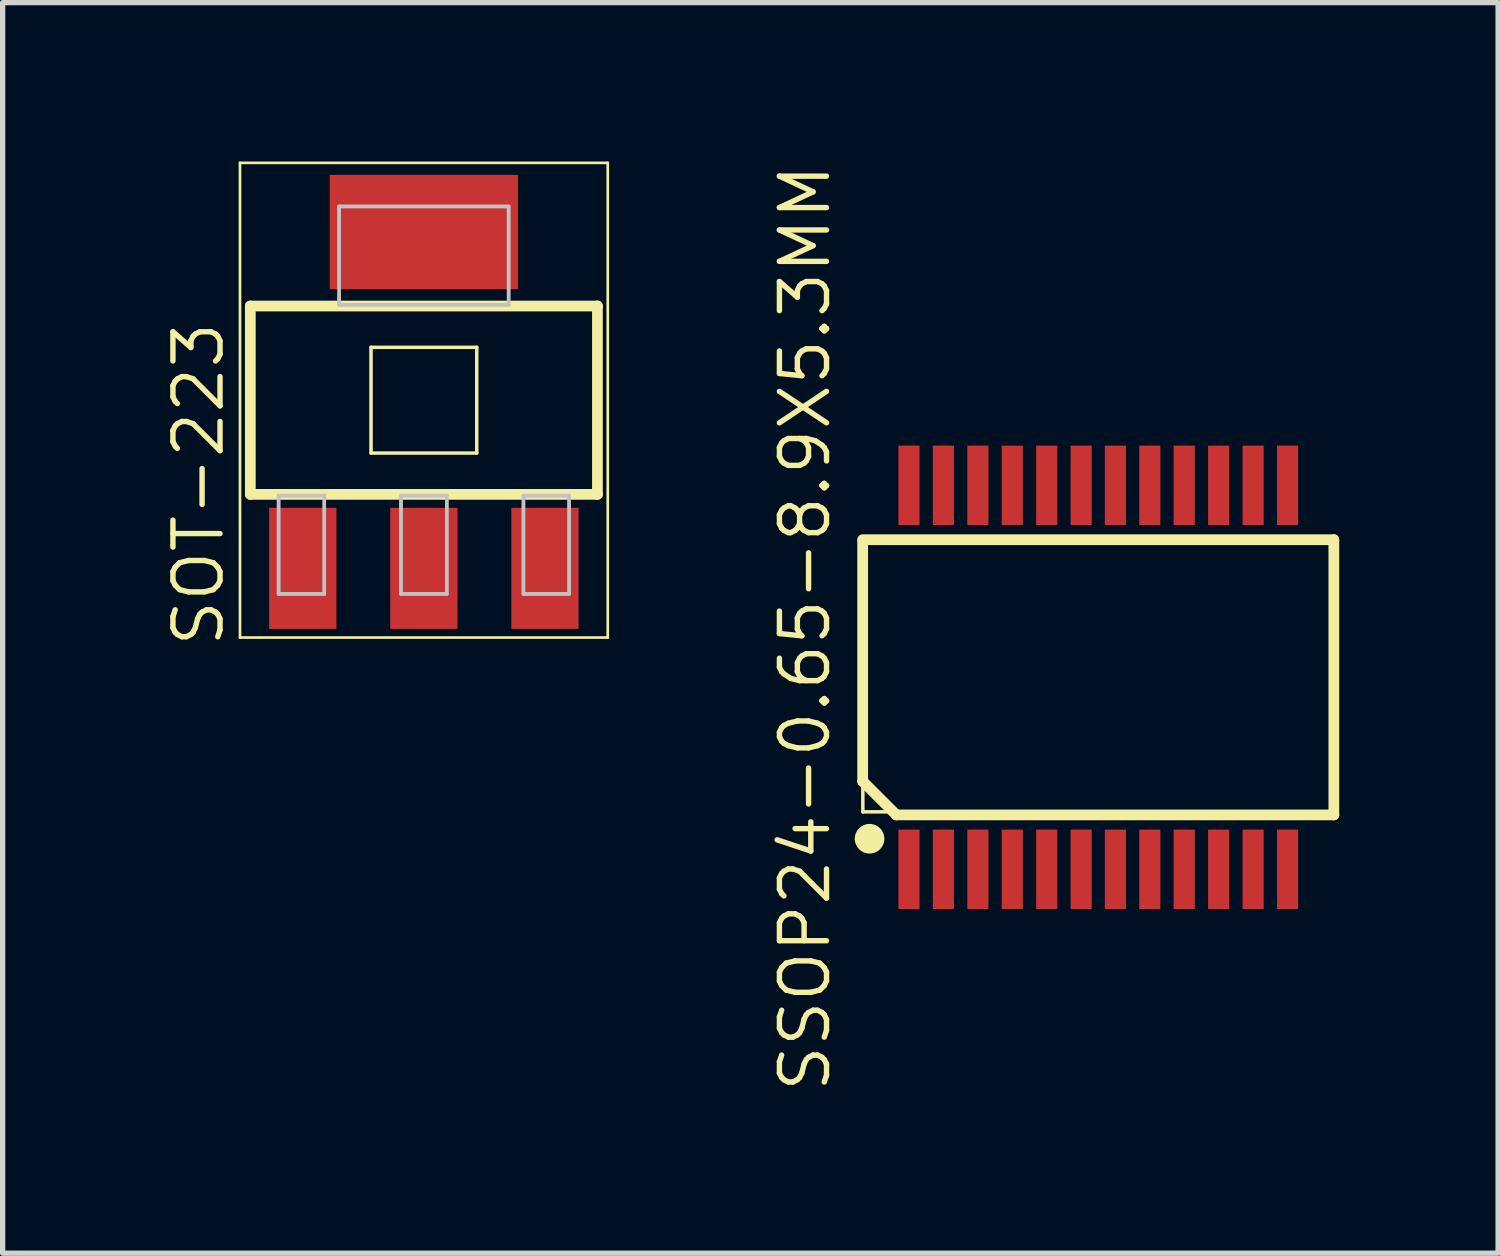
<source format=kicad_pcb>
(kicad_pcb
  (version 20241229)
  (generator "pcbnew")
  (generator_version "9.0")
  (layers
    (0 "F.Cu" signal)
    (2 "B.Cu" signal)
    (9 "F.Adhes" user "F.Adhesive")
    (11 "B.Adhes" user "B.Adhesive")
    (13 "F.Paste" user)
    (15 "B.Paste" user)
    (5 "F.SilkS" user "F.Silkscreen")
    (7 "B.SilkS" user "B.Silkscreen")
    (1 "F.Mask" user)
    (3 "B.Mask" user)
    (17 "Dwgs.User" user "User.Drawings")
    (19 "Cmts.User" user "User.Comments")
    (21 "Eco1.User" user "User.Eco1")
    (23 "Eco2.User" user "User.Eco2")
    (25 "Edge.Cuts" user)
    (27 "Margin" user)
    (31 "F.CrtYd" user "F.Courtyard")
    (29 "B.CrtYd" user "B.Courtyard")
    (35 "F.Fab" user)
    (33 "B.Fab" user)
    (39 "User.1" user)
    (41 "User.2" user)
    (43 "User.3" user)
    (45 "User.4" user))
  (footprint "SOT-223"
    (layer "F.Cu")
    (at 4.953 4.506)
    (property "Reference" "SOT-223" (at -4.255 1.587 90) (layer "F.SilkS") (effects (font (size 0.889 0.889) (thickness 0.102))))
    (attr smd)
    (fp_line (start -3.472 -4.481) (end 3.472 -4.481) (stroke (width 0.051) (type solid)) (layer "F.SilkS"))
    (fp_line (start -3.472 4.481) (end -3.472 -4.481) (stroke (width 0.051) (type solid)) (layer "F.SilkS"))
    (fp_line (start -3.277 -1.778) (end 3.277 -1.778) (stroke (width 0.203) (type solid)) (layer "F.SilkS"))
    (fp_line (start -3.277 1.778) (end -3.277 -1.778) (stroke (width 0.203) (type solid)) (layer "F.SilkS"))
    (fp_line (start -0.998 -0.998) (end 0.998 -0.998) (stroke (width 0.066) (type solid)) (layer "F.SilkS"))
    (fp_line (start -0.998 0.998) (end -0.998 -0.998) (stroke (width 0.066) (type solid)) (layer "F.SilkS"))
    (fp_line (start -0.998 0.998) (end 0.998 0.998) (stroke (width 0.066) (type solid)) (layer "F.SilkS"))
    (fp_line (start 0.998 0.998) (end 0.998 -0.998) (stroke (width 0.066) (type solid)) (layer "F.SilkS"))
    (fp_line (start 3.277 -1.778) (end 3.277 1.778) (stroke (width 0.203) (type solid)) (layer "F.SilkS"))
    (fp_line (start 3.277 1.778) (end -3.277 1.778) (stroke (width 0.203) (type solid)) (layer "F.SilkS"))
    (fp_line (start 3.472 -4.481) (end 3.472 4.481) (stroke (width 0.051) (type solid)) (layer "F.SilkS"))
    (fp_line (start 3.472 4.481) (end -3.472 4.481) (stroke (width 0.051) (type solid)) (layer "F.SilkS"))
    (fp_line (start -2.743 1.801) (end -1.88 1.801) (stroke (width 0.066) (type solid)) (layer "Dwgs.User"))
    (fp_line (start -2.743 1.801) (end -1.88 1.801) (stroke (width 0.066) (type solid)) (layer "Dwgs.User"))
    (fp_line (start -2.743 3.658) (end -2.743 1.801) (stroke (width 0.066) (type solid)) (layer "Dwgs.User"))
    (fp_line (start -2.743 3.658) (end -2.743 1.801) (stroke (width 0.066) (type solid)) (layer "Dwgs.User"))
    (fp_line (start -2.743 3.658) (end -1.88 3.658) (stroke (width 0.066) (type solid)) (layer "Dwgs.User"))
    (fp_line (start -2.743 3.658) (end -1.88 3.658) (stroke (width 0.066) (type solid)) (layer "Dwgs.User"))
    (fp_line (start -1.88 3.658) (end -1.88 1.801) (stroke (width 0.066) (type solid)) (layer "Dwgs.User"))
    (fp_line (start -1.88 3.658) (end -1.88 1.801) (stroke (width 0.066) (type solid)) (layer "Dwgs.User"))
    (fp_line (start -1.6 -3.658) (end 1.6 -3.658) (stroke (width 0.066) (type solid)) (layer "Dwgs.User"))
    (fp_line (start -1.6 -3.658) (end 1.6 -3.658) (stroke (width 0.066) (type solid)) (layer "Dwgs.User"))
    (fp_line (start -1.6 -1.801) (end -1.6 -3.658) (stroke (width 0.066) (type solid)) (layer "Dwgs.User"))
    (fp_line (start -1.6 -1.801) (end -1.6 -3.658) (stroke (width 0.066) (type solid)) (layer "Dwgs.User"))
    (fp_line (start -1.6 -1.801) (end 1.6 -1.801) (stroke (width 0.066) (type solid)) (layer "Dwgs.User"))
    (fp_line (start -1.6 -1.801) (end 1.6 -1.801) (stroke (width 0.066) (type solid)) (layer "Dwgs.User"))
    (fp_line (start -0.432 1.801) (end 0.432 1.801) (stroke (width 0.066) (type solid)) (layer "Dwgs.User"))
    (fp_line (start -0.432 1.801) (end 0.432 1.801) (stroke (width 0.066) (type solid)) (layer "Dwgs.User"))
    (fp_line (start -0.432 3.658) (end -0.432 1.801) (stroke (width 0.066) (type solid)) (layer "Dwgs.User"))
    (fp_line (start -0.432 3.658) (end -0.432 1.801) (stroke (width 0.066) (type solid)) (layer "Dwgs.User"))
    (fp_line (start -0.432 3.658) (end 0.432 3.658) (stroke (width 0.066) (type solid)) (layer "Dwgs.User"))
    (fp_line (start -0.432 3.658) (end 0.432 3.658) (stroke (width 0.066) (type solid)) (layer "Dwgs.User"))
    (fp_line (start 0.432 3.658) (end 0.432 1.801) (stroke (width 0.066) (type solid)) (layer "Dwgs.User"))
    (fp_line (start 0.432 3.658) (end 0.432 1.801) (stroke (width 0.066) (type solid)) (layer "Dwgs.User"))
    (fp_line (start 1.6 -1.801) (end 1.6 -3.658) (stroke (width 0.066) (type solid)) (layer "Dwgs.User"))
    (fp_line (start 1.6 -1.801) (end 1.6 -3.658) (stroke (width 0.066) (type solid)) (layer "Dwgs.User"))
    (fp_line (start 1.88 1.801) (end 2.743 1.801) (stroke (width 0.066) (type solid)) (layer "Dwgs.User"))
    (fp_line (start 1.88 1.801) (end 2.743 1.801) (stroke (width 0.066) (type solid)) (layer "Dwgs.User"))
    (fp_line (start 1.88 3.658) (end 1.88 1.801) (stroke (width 0.066) (type solid)) (layer "Dwgs.User"))
    (fp_line (start 1.88 3.658) (end 1.88 1.801) (stroke (width 0.066) (type solid)) (layer "Dwgs.User"))
    (fp_line (start 1.88 3.658) (end 2.743 3.658) (stroke (width 0.066) (type solid)) (layer "Dwgs.User"))
    (fp_line (start 1.88 3.658) (end 2.743 3.658) (stroke (width 0.066) (type solid)) (layer "Dwgs.User"))
    (fp_line (start 2.743 3.658) (end 2.743 1.801) (stroke (width 0.066) (type solid)) (layer "Dwgs.User"))
    (fp_line (start 2.743 3.658) (end 2.743 1.801) (stroke (width 0.066) (type solid)) (layer "Dwgs.User"))
    (pad "1" smd rect (at -2.286 3.175) (size 1.27 2.286) (layers "F.Cu" "F.Mask" "F.Paste"))
    (pad "2" smd rect (at 0 3.175) (size 1.27 2.286) (layers "F.Cu" "F.Mask" "F.Paste"))
    (pad "3" smd rect (at 2.286 3.175) (size 1.27 2.286) (layers "F.Cu" "F.Mask" "F.Paste"))
    (pad "TER" smd rect (at 0 -3.175) (size 3.556 2.159) (layers "F.Cu" "F.Mask" "F.Paste")))
  (footprint "SSOP24-0.65-8.9X5.3MM"
    (layer "F.Cu")
    (at 17.686 9.738)
    (property "Reference" "SSOP24-0.65-8.9X5.3MM" (at -5.537 -0.932 90) (layer "F.SilkS") (effects (font (size 0.889 0.889) (thickness 0.102))))
    (attr smd)
    (fp_line (start -4.448 -2.573) (end -4.448 1.963) (stroke (width 0.203) (type solid)) (layer "F.SilkS"))
    (fp_line (start -4.448 1.963) (end -3.813 2.598) (stroke (width 0.203) (type solid)) (layer "F.SilkS"))
    (fp_line (start -4.445 -2.54) (end 4.445 -2.54) (stroke (width 0.066) (type solid)) (layer "F.SilkS"))
    (fp_line (start -4.445 2.54) (end -4.445 -2.54) (stroke (width 0.066) (type solid)) (layer "F.SilkS"))
    (fp_line (start -4.445 2.54) (end 4.445 2.54) (stroke (width 0.066) (type solid)) (layer "F.SilkS"))
    (fp_line (start -3.813 2.598) (end 4.448 2.598) (stroke (width 0.203) (type solid)) (layer "F.SilkS"))
    (fp_line (start 4.445 2.54) (end 4.445 -2.54) (stroke (width 0.066) (type solid)) (layer "F.SilkS"))
    (fp_line (start 4.448 -2.598) (end -4.448 -2.598) (stroke (width 0.203) (type solid)) (layer "F.SilkS"))
    (fp_line (start 4.448 2.598) (end 4.448 -2.598) (stroke (width 0.203) (type solid)) (layer "F.SilkS"))
    (fp_circle (center -4.318 3.048) (end -4.516 3.246) (stroke (width 0) (type solid)) (fill yes) (layer "F.SilkS"))
    (pad "1" smd rect (at -3.574 3.625) (size 0.399 1.499) (layers "F.Cu" "F.Mask" "F.Paste"))
    (pad "2" smd rect (at -2.924 3.625) (size 0.399 1.499) (layers "F.Cu" "F.Mask" "F.Paste"))
    (pad "3" smd rect (at -2.273 3.625) (size 0.399 1.499) (layers "F.Cu" "F.Mask" "F.Paste"))
    (pad "4" smd rect (at -1.623 3.625) (size 0.399 1.499) (layers "F.Cu" "F.Mask" "F.Paste"))
    (pad "5" smd rect (at -0.973 3.625) (size 0.399 1.499) (layers "F.Cu" "F.Mask" "F.Paste"))
    (pad "6" smd rect (at -0.323 3.625) (size 0.399 1.499) (layers "F.Cu" "F.Mask" "F.Paste"))
    (pad "7" smd rect (at 0.323 3.625) (size 0.399 1.499) (layers "F.Cu" "F.Mask" "F.Paste"))
    (pad "8" smd rect (at 0.973 3.625) (size 0.399 1.499) (layers "F.Cu" "F.Mask" "F.Paste"))
    (pad "9" smd rect (at 1.623 3.625) (size 0.399 1.499) (layers "F.Cu" "F.Mask" "F.Paste"))
    (pad "10" smd rect (at 2.273 3.625) (size 0.399 1.499) (layers "F.Cu" "F.Mask" "F.Paste"))
    (pad "11" smd rect (at 2.924 3.625) (size 0.399 1.499) (layers "F.Cu" "F.Mask" "F.Paste"))
    (pad "12" smd rect (at 3.574 3.625) (size 0.399 1.499) (layers "F.Cu" "F.Mask" "F.Paste"))
    (pad "13" smd rect (at 3.574 -3.625) (size 0.399 1.499) (layers "F.Cu" "F.Mask" "F.Paste"))
    (pad "14" smd rect (at 2.924 -3.625) (size 0.399 1.499) (layers "F.Cu" "F.Mask" "F.Paste"))
    (pad "15" smd rect (at 2.273 -3.625) (size 0.399 1.499) (layers "F.Cu" "F.Mask" "F.Paste"))
    (pad "16" smd rect (at 1.623 -3.625) (size 0.399 1.499) (layers "F.Cu" "F.Mask" "F.Paste"))
    (pad "17" smd rect (at 0.973 -3.625) (size 0.399 1.499) (layers "F.Cu" "F.Mask" "F.Paste"))
    (pad "18" smd rect (at 0.323 -3.625) (size 0.399 1.499) (layers "F.Cu" "F.Mask" "F.Paste"))
    (pad "19" smd rect (at -0.323 -3.625) (size 0.399 1.499) (layers "F.Cu" "F.Mask" "F.Paste"))
    (pad "20" smd rect (at -0.973 -3.625) (size 0.399 1.499) (layers "F.Cu" "F.Mask" "F.Paste"))
    (pad "21" smd rect (at -1.623 -3.625) (size 0.399 1.499) (layers "F.Cu" "F.Mask" "F.Paste"))
    (pad "22" smd rect (at -2.273 -3.625) (size 0.399 1.499) (layers "F.Cu" "F.Mask" "F.Paste"))
    (pad "23" smd rect (at -2.924 -3.625) (size 0.399 1.499) (layers "F.Cu" "F.Mask" "F.Paste"))
    (pad "24" smd rect (at -3.574 -3.625) (size 0.399 1.499) (layers "F.Cu" "F.Mask" "F.Paste")))
  (gr_rect
    (start -3 -3)
    (end 25.235 20.611)
    (stroke (width 0.1) (type default))
    (fill no)
    (layer "Edge.Cuts")))
</source>
